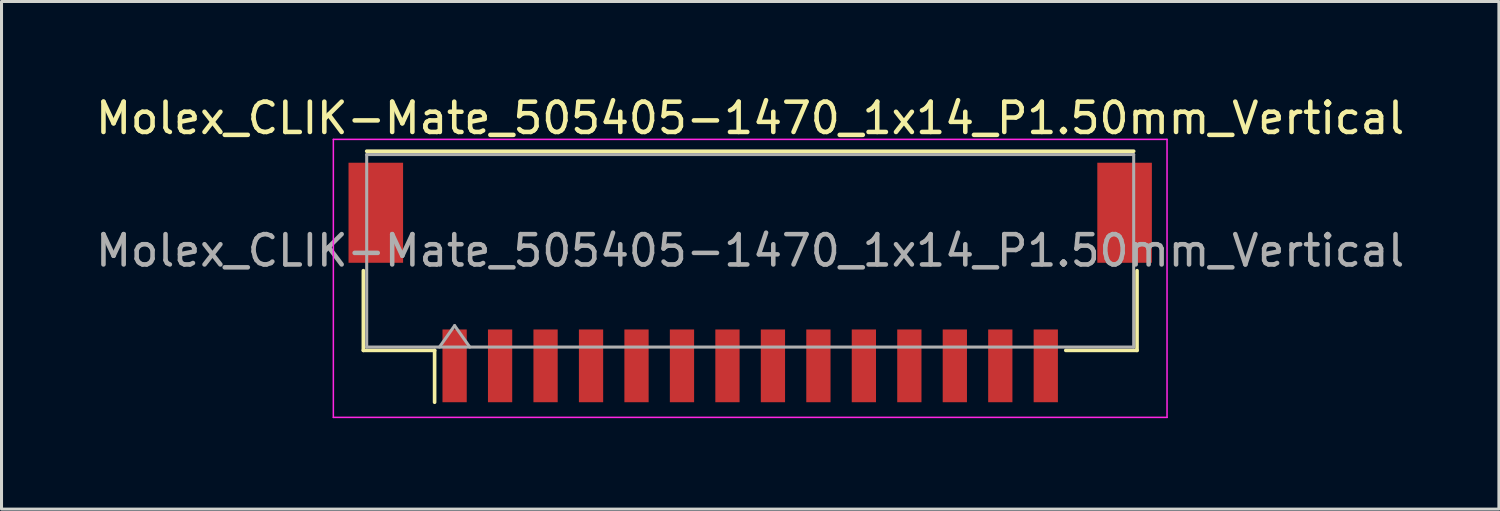
<source format=kicad_pcb>
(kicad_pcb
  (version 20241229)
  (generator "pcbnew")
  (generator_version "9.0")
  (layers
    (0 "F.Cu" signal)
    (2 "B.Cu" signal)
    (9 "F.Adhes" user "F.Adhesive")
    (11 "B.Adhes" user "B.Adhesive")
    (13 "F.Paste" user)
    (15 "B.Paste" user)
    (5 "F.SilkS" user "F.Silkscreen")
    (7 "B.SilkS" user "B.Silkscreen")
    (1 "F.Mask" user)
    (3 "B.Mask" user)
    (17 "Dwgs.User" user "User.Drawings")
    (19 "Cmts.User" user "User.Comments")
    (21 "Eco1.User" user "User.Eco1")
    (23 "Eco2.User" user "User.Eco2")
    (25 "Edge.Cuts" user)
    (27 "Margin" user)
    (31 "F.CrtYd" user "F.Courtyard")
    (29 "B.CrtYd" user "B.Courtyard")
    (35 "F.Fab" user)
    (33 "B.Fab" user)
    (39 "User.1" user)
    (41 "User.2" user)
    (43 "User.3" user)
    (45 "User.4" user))
  (footprint "Molex_CLIK-Mate_505405-1470_1x14_P1.50mm_Vertical"
    (layer "F.Cu")
    (at 21.696 6.268)
    (property "Reference" "Molex_CLIK-Mate_505405-1470_1x14_P1.50mm_Vertical" (at 0 -5.42 0) (layer "F.SilkS") (effects (font (size 1 1) (thickness 0.15))))
    (attr smd)
    (fp_line (start -12.76 -0.39) (end -12.76 2.24) (stroke (width 0.12) (type solid)) (layer "F.SilkS"))
    (fp_line (start -12.76 2.24) (end -10.41 2.24) (stroke (width 0.12) (type solid)) (layer "F.SilkS"))
    (fp_line (start -12.65 -4.33) (end 12.65 -4.33) (stroke (width 0.12) (type solid)) (layer "F.SilkS"))
    (fp_line (start -10.41 2.24) (end -10.41 3.95) (stroke (width 0.12) (type solid)) (layer "F.SilkS"))
    (fp_line (start 12.76 -0.39) (end 12.76 2.24) (stroke (width 0.12) (type solid)) (layer "F.SilkS"))
    (fp_line (start 12.76 2.24) (end 10.41 2.24) (stroke (width 0.12) (type solid)) (layer "F.SilkS"))
    (fp_line (start -13.75 -4.72) (end -13.75 4.45) (stroke (width 0.05) (type solid)) (layer "F.CrtYd"))
    (fp_line (start -13.75 4.45) (end 13.75 4.45) (stroke (width 0.05) (type solid)) (layer "F.CrtYd"))
    (fp_line (start 13.75 -4.72) (end -13.75 -4.72) (stroke (width 0.05) (type solid)) (layer "F.CrtYd"))
    (fp_line (start 13.75 4.45) (end 13.75 -4.72) (stroke (width 0.05) (type solid)) (layer "F.CrtYd"))
    (fp_line (start -12.65 -4.22) (end 12.65 -4.22) (stroke (width 0.1) (type solid)) (layer "F.Fab"))
    (fp_line (start -12.65 2.13) (end -12.65 -4.22) (stroke (width 0.1) (type solid)) (layer "F.Fab"))
    (fp_line (start -12.65 2.13) (end 12.65 2.13) (stroke (width 0.1) (type solid)) (layer "F.Fab"))
    (fp_line (start -10.25 2.13) (end -9.75 1.423) (stroke (width 0.1) (type solid)) (layer "F.Fab"))
    (fp_line (start -9.75 1.423) (end -9.25 2.13) (stroke (width 0.1) (type solid)) (layer "F.Fab"))
    (fp_line (start 12.65 2.13) (end 12.65 -4.22) (stroke (width 0.1) (type solid)) (layer "F.Fab"))
    (fp_text user "${REFERENCE}" (at 0 -1.05 0) (layer "F.Fab") (effects (font (size 1 1) (thickness 0.15))))
    (pad "" smd rect (at -12.35 -2.3) (size 1.8 3.3) (layers "F.Cu" "F.Mask" "F.Paste"))
    (pad "" smd rect (at 12.35 -2.3) (size 1.8 3.3) (layers "F.Cu" "F.Mask" "F.Paste"))
    (pad "1" smd rect (at -9.75 2.75) (size 0.8 2.4) (layers "F.Cu" "F.Mask" "F.Paste"))
    (pad "2" smd rect (at -8.25 2.75) (size 0.8 2.4) (layers "F.Cu" "F.Mask" "F.Paste"))
    (pad "3" smd rect (at -6.75 2.75) (size 0.8 2.4) (layers "F.Cu" "F.Mask" "F.Paste"))
    (pad "4" smd rect (at -5.25 2.75) (size 0.8 2.4) (layers "F.Cu" "F.Mask" "F.Paste"))
    (pad "5" smd rect (at -3.75 2.75) (size 0.8 2.4) (layers "F.Cu" "F.Mask" "F.Paste"))
    (pad "6" smd rect (at -2.25 2.75) (size 0.8 2.4) (layers "F.Cu" "F.Mask" "F.Paste"))
    (pad "7" smd rect (at -0.75 2.75) (size 0.8 2.4) (layers "F.Cu" "F.Mask" "F.Paste"))
    (pad "8" smd rect (at 0.75 2.75) (size 0.8 2.4) (layers "F.Cu" "F.Mask" "F.Paste"))
    (pad "9" smd rect (at 2.25 2.75) (size 0.8 2.4) (layers "F.Cu" "F.Mask" "F.Paste"))
    (pad "10" smd rect (at 3.75 2.75) (size 0.8 2.4) (layers "F.Cu" "F.Mask" "F.Paste"))
    (pad "11" smd rect (at 5.25 2.75) (size 0.8 2.4) (layers "F.Cu" "F.Mask" "F.Paste"))
    (pad "12" smd rect (at 6.75 2.75) (size 0.8 2.4) (layers "F.Cu" "F.Mask" "F.Paste"))
    (pad "13" smd rect (at 8.25 2.75) (size 0.8 2.4) (layers "F.Cu" "F.Mask" "F.Paste"))
    (pad "14" smd rect (at 9.75 2.75) (size 0.8 2.4) (layers "F.Cu" "F.Mask" "F.Paste")))
  (gr_rect
    (start -3 -3)
    (end 46.393 13.743)
    (stroke (width 0.1) (type default))
    (fill no)
    (layer "Edge.Cuts")))
</source>
